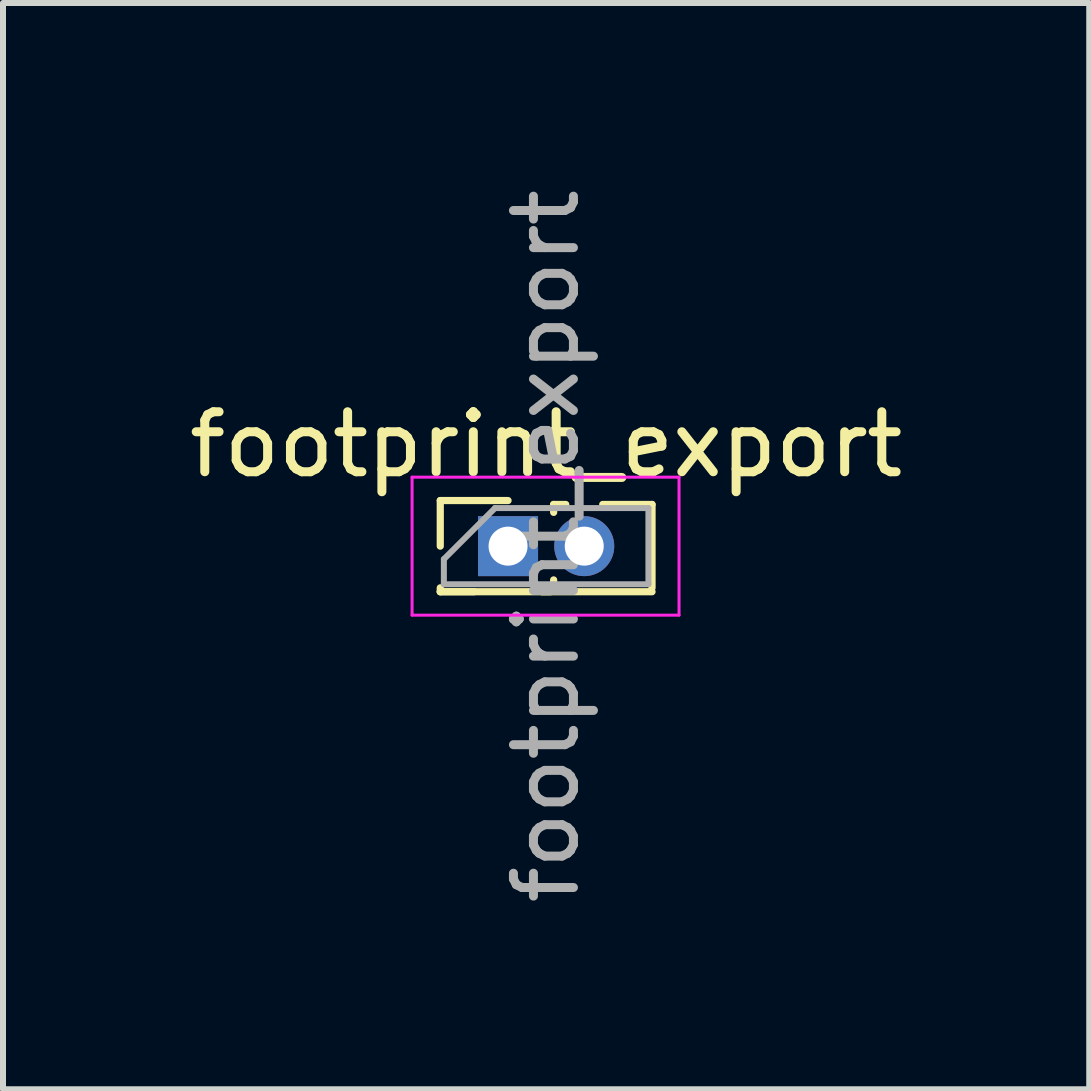
<source format=kicad_pcb>
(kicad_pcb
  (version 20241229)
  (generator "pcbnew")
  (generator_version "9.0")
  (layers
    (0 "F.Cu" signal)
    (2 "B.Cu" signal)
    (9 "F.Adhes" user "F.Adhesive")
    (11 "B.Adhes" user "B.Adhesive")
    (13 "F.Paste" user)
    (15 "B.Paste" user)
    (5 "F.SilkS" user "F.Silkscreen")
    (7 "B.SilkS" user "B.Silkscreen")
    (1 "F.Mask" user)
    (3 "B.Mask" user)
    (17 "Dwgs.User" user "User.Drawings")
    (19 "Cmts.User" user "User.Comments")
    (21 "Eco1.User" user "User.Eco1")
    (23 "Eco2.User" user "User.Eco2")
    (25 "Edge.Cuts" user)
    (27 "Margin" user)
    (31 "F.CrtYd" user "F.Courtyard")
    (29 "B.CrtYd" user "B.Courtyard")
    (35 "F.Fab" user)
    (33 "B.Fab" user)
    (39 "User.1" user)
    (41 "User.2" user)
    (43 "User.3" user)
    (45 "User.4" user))
  (footprint "footprint_export"
    (layer "F.Cu")
    (at 5.419 6.054)
    (property "Reference" "footprint_export" (at 0.635 -1.695 0) (layer "F.SilkS") (effects (font (size 1 1) (thickness 0.15))))
    (attr through_hole)
    (fp_line (start -1.13 -0.76) (end 0 -0.76) (stroke (width 0.12) (type solid)) (layer "F.SilkS"))
    (fp_line (start -1.13 0) (end -1.13 -0.76) (stroke (width 0.12) (type solid)) (layer "F.SilkS"))
    (fp_line (start -1.13 0.76) (end -1.13 0.695) (stroke (width 0.12) (type solid)) (layer "F.SilkS"))
    (fp_line (start -1.13 0.76) (end -0.563 0.76) (stroke (width 0.12) (type solid)) (layer "F.SilkS"))
    (fp_line (start -1.13 0.76) (end 2.4 0.76) (stroke (width 0.12) (type solid)) (layer "F.SilkS"))
    (fp_line (start 0.563 0.76) (end 0.707 0.76) (stroke (width 0.12) (type solid)) (layer "F.SilkS"))
    (fp_line (start 0.76 -0.695) (end 0.962 -0.695) (stroke (width 0.12) (type solid)) (layer "F.SilkS"))
    (fp_line (start 0.76 -0.563) (end 0.76 -0.695) (stroke (width 0.12) (type solid)) (layer "F.SilkS"))
    (fp_line (start 0.76 0.707) (end 0.76 0.563) (stroke (width 0.12) (type solid)) (layer "F.SilkS"))
    (fp_line (start 1.578 -0.695) (end 2.4 -0.695) (stroke (width 0.12) (type solid)) (layer "F.SilkS"))
    (fp_line (start 2.4 -0.695) (end 2.4 0.695) (stroke (width 0.12) (type solid)) (layer "F.SilkS"))
    (fp_line (start -1.6 -1.15) (end -1.6 1.15) (stroke (width 0.05) (type solid)) (layer "F.CrtYd"))
    (fp_line (start -1.6 1.15) (end 2.85 1.15) (stroke (width 0.05) (type solid)) (layer "F.CrtYd"))
    (fp_line (start 2.85 -1.15) (end -1.6 -1.15) (stroke (width 0.05) (type solid)) (layer "F.CrtYd"))
    (fp_line (start 2.85 1.15) (end 2.85 -1.15) (stroke (width 0.05) (type solid)) (layer "F.CrtYd"))
    (fp_line (start -1.07 0.217) (end -0.217 -0.635) (stroke (width 0.1) (type solid)) (layer "F.Fab"))
    (fp_line (start -1.07 0.635) (end -1.07 0.217) (stroke (width 0.1) (type solid)) (layer "F.Fab"))
    (fp_line (start -0.217 -0.635) (end 2.34 -0.635) (stroke (width 0.1) (type solid)) (layer "F.Fab"))
    (fp_line (start 2.34 -0.635) (end 2.34 0.635) (stroke (width 0.1) (type solid)) (layer "F.Fab"))
    (fp_line (start 2.34 0.635) (end -1.07 0.635) (stroke (width 0.1) (type solid)) (layer "F.Fab"))
    (fp_text user "${REFERENCE}" (at 0.635 0 90) (layer "F.Fab") (effects (font (size 1 1) (thickness 0.15))))
    (pad "1" thru_hole rect (at 0 0) (size 1 1) (drill 0.65) (layers "*.Cu" "*.Mask"))
    (pad "2" thru_hole oval (at 1.27 0) (size 1 1) (drill 0.65) (layers "*.Cu" "*.Mask")))
  (gr_rect
    (start -3 -3)
    (end 15.107 15.107)
    (stroke (width 0.1) (type default))
    (fill no)
    (layer "Edge.Cuts")))
</source>
